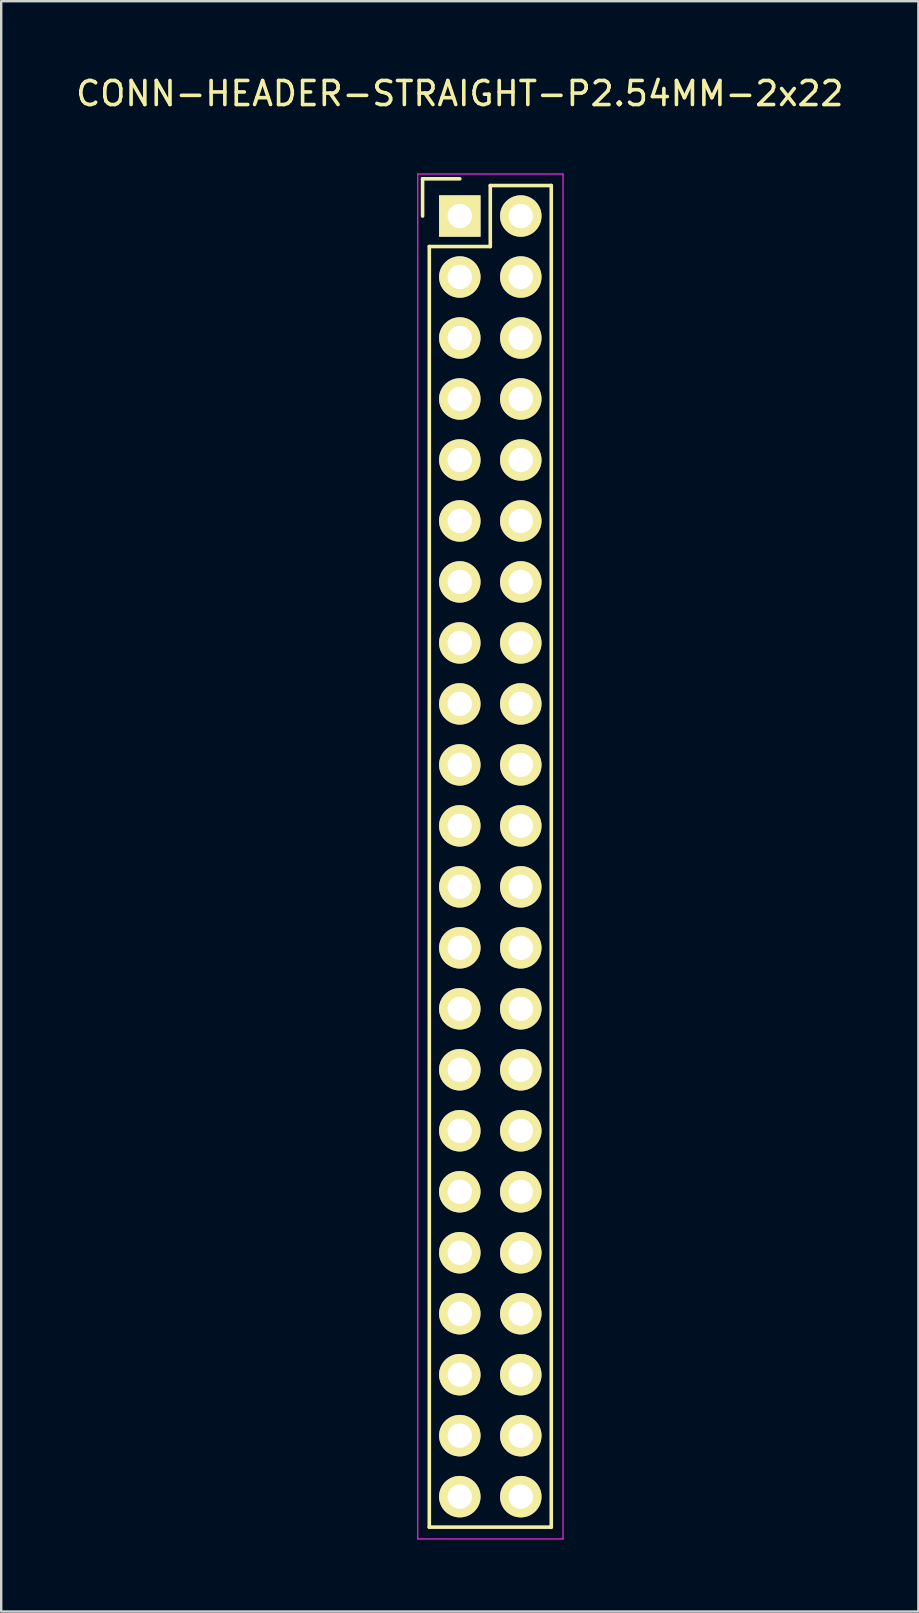
<source format=kicad_pcb>
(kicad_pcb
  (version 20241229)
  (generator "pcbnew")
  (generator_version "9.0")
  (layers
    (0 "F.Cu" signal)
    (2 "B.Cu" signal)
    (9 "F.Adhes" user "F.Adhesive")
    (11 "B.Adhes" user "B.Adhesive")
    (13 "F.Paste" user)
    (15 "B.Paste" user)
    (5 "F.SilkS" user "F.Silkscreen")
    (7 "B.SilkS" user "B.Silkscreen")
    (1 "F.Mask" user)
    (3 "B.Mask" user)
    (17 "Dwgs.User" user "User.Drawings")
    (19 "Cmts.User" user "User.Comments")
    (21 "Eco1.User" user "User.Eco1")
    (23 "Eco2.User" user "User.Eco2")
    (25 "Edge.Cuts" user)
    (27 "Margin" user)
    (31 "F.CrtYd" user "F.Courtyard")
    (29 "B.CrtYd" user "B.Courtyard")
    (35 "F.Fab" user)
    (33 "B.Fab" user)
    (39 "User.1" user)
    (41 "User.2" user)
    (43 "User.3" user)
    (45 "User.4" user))
  (footprint "CONN-HEADER-STRAIGHT-P2.54MM-2x22"
    (layer "F.Cu")
    (at 16.101 5.948)
    (property "Reference" "CONN-HEADER-STRAIGHT-P2.54MM-2x22" (at 0 -5.1 0) (layer "F.SilkS") (effects (font (size 1 1) (thickness 0.15))))
    (attr through_hole)
    (fp_line (start -1.55 -1.55) (end -1.55 0) (stroke (width 0.15) (type solid)) (layer "F.SilkS"))
    (fp_line (start -1.27 1.27) (end -1.27 54.61) (stroke (width 0.15) (type solid)) (layer "F.SilkS"))
    (fp_line (start 0 -1.55) (end -1.55 -1.55) (stroke (width 0.15) (type solid)) (layer "F.SilkS"))
    (fp_line (start 1.27 -1.27) (end 1.27 1.27) (stroke (width 0.15) (type solid)) (layer "F.SilkS"))
    (fp_line (start 1.27 1.27) (end -1.27 1.27) (stroke (width 0.15) (type solid)) (layer "F.SilkS"))
    (fp_line (start 3.81 -1.27) (end 1.27 -1.27) (stroke (width 0.15) (type solid)) (layer "F.SilkS"))
    (fp_line (start 3.81 54.61) (end -1.27 54.61) (stroke (width 0.15) (type solid)) (layer "F.SilkS"))
    (fp_line (start 3.81 54.61) (end 3.81 -1.27) (stroke (width 0.15) (type solid)) (layer "F.SilkS"))
    (fp_line (start -1.75 -1.75) (end -1.75 55.1) (stroke (width 0.05) (type solid)) (layer "F.CrtYd"))
    (fp_line (start -1.75 -1.75) (end 4.3 -1.75) (stroke (width 0.05) (type solid)) (layer "F.CrtYd"))
    (fp_line (start -1.75 55.1) (end 4.3 55.1) (stroke (width 0.05) (type solid)) (layer "F.CrtYd"))
    (fp_line (start 4.3 -1.75) (end 4.3 55.1) (stroke (width 0.05) (type solid)) (layer "F.CrtYd"))
    (pad "1" thru_hole rect (at 0 0) (size 1.727 1.727) (drill 1.016) (layers "*.Cu" "*.Mask" "F.SilkS"))
    (pad "2" thru_hole oval (at 2.54 0) (size 1.727 1.727) (drill 1.016) (layers "*.Cu" "*.Mask" "F.SilkS"))
    (pad "3" thru_hole oval (at 0 2.54) (size 1.727 1.727) (drill 1.016) (layers "*.Cu" "*.Mask" "F.SilkS"))
    (pad "4" thru_hole oval (at 2.54 2.54) (size 1.727 1.727) (drill 1.016) (layers "*.Cu" "*.Mask" "F.SilkS"))
    (pad "5" thru_hole oval (at 0 5.08) (size 1.727 1.727) (drill 1.016) (layers "*.Cu" "*.Mask" "F.SilkS"))
    (pad "6" thru_hole oval (at 2.54 5.08) (size 1.727 1.727) (drill 1.016) (layers "*.Cu" "*.Mask" "F.SilkS"))
    (pad "7" thru_hole oval (at 0 7.62) (size 1.727 1.727) (drill 1.016) (layers "*.Cu" "*.Mask" "F.SilkS"))
    (pad "8" thru_hole oval (at 2.54 7.62) (size 1.727 1.727) (drill 1.016) (layers "*.Cu" "*.Mask" "F.SilkS"))
    (pad "9" thru_hole oval (at 0 10.16) (size 1.727 1.727) (drill 1.016) (layers "*.Cu" "*.Mask" "F.SilkS"))
    (pad "10" thru_hole oval (at 2.54 10.16) (size 1.727 1.727) (drill 1.016) (layers "*.Cu" "*.Mask" "F.SilkS"))
    (pad "11" thru_hole oval (at 0 12.7) (size 1.727 1.727) (drill 1.016) (layers "*.Cu" "*.Mask" "F.SilkS"))
    (pad "12" thru_hole oval (at 2.54 12.7) (size 1.727 1.727) (drill 1.016) (layers "*.Cu" "*.Mask" "F.SilkS"))
    (pad "13" thru_hole oval (at 0 15.24) (size 1.727 1.727) (drill 1.016) (layers "*.Cu" "*.Mask" "F.SilkS"))
    (pad "14" thru_hole oval (at 2.54 15.24) (size 1.727 1.727) (drill 1.016) (layers "*.Cu" "*.Mask" "F.SilkS"))
    (pad "15" thru_hole oval (at 0 17.78) (size 1.727 1.727) (drill 1.016) (layers "*.Cu" "*.Mask" "F.SilkS"))
    (pad "16" thru_hole oval (at 2.54 17.78) (size 1.727 1.727) (drill 1.016) (layers "*.Cu" "*.Mask" "F.SilkS"))
    (pad "17" thru_hole oval (at 0 20.32) (size 1.727 1.727) (drill 1.016) (layers "*.Cu" "*.Mask" "F.SilkS"))
    (pad "18" thru_hole oval (at 2.54 20.32) (size 1.727 1.727) (drill 1.016) (layers "*.Cu" "*.Mask" "F.SilkS"))
    (pad "19" thru_hole oval (at 0 22.86) (size 1.727 1.727) (drill 1.016) (layers "*.Cu" "*.Mask" "F.SilkS"))
    (pad "20" thru_hole oval (at 2.54 22.86) (size 1.727 1.727) (drill 1.016) (layers "*.Cu" "*.Mask" "F.SilkS"))
    (pad "21" thru_hole oval (at 0 25.4) (size 1.727 1.727) (drill 1.016) (layers "*.Cu" "*.Mask" "F.SilkS"))
    (pad "22" thru_hole oval (at 2.54 25.4) (size 1.727 1.727) (drill 1.016) (layers "*.Cu" "*.Mask" "F.SilkS"))
    (pad "23" thru_hole oval (at 0 27.94) (size 1.727 1.727) (drill 1.016) (layers "*.Cu" "*.Mask" "F.SilkS"))
    (pad "24" thru_hole oval (at 2.54 27.94) (size 1.727 1.727) (drill 1.016) (layers "*.Cu" "*.Mask" "F.SilkS"))
    (pad "25" thru_hole oval (at 0 30.48) (size 1.727 1.727) (drill 1.016) (layers "*.Cu" "*.Mask" "F.SilkS"))
    (pad "26" thru_hole oval (at 2.54 30.48) (size 1.727 1.727) (drill 1.016) (layers "*.Cu" "*.Mask" "F.SilkS"))
    (pad "27" thru_hole oval (at 0 33.02) (size 1.727 1.727) (drill 1.016) (layers "*.Cu" "*.Mask" "F.SilkS"))
    (pad "28" thru_hole oval (at 2.54 33.02) (size 1.727 1.727) (drill 1.016) (layers "*.Cu" "*.Mask" "F.SilkS"))
    (pad "29" thru_hole oval (at 0 35.56) (size 1.727 1.727) (drill 1.016) (layers "*.Cu" "*.Mask" "F.SilkS"))
    (pad "30" thru_hole oval (at 2.54 35.56) (size 1.727 1.727) (drill 1.016) (layers "*.Cu" "*.Mask" "F.SilkS"))
    (pad "31" thru_hole oval (at 0 38.1) (size 1.727 1.727) (drill 1.016) (layers "*.Cu" "*.Mask" "F.SilkS"))
    (pad "32" thru_hole oval (at 2.54 38.1) (size 1.727 1.727) (drill 1.016) (layers "*.Cu" "*.Mask" "F.SilkS"))
    (pad "33" thru_hole oval (at 0 40.64) (size 1.727 1.727) (drill 1.016) (layers "*.Cu" "*.Mask" "F.SilkS"))
    (pad "34" thru_hole oval (at 2.54 40.64) (size 1.727 1.727) (drill 1.016) (layers "*.Cu" "*.Mask" "F.SilkS"))
    (pad "35" thru_hole oval (at 0 43.18) (size 1.727 1.727) (drill 1.016) (layers "*.Cu" "*.Mask" "F.SilkS"))
    (pad "36" thru_hole oval (at 2.54 43.18) (size 1.727 1.727) (drill 1.016) (layers "*.Cu" "*.Mask" "F.SilkS"))
    (pad "37" thru_hole oval (at 0 45.72) (size 1.727 1.727) (drill 1.016) (layers "*.Cu" "*.Mask" "F.SilkS"))
    (pad "38" thru_hole oval (at 2.54 45.72) (size 1.727 1.727) (drill 1.016) (layers "*.Cu" "*.Mask" "F.SilkS"))
    (pad "39" thru_hole oval (at 0 48.26) (size 1.727 1.727) (drill 1.016) (layers "*.Cu" "*.Mask" "F.SilkS"))
    (pad "40" thru_hole oval (at 2.54 48.26) (size 1.727 1.727) (drill 1.016) (layers "*.Cu" "*.Mask" "F.SilkS"))
    (pad "41" thru_hole oval (at 0 50.8) (size 1.727 1.727) (drill 1.016) (layers "*.Cu" "*.Mask" "F.SilkS"))
    (pad "42" thru_hole oval (at 2.54 50.8) (size 1.727 1.727) (drill 1.016) (layers "*.Cu" "*.Mask" "F.SilkS"))
    (pad "43" thru_hole oval (at 0 53.34) (size 1.727 1.727) (drill 1.016) (layers "*.Cu" "*.Mask" "F.SilkS"))
    (pad "44" thru_hole oval (at 2.54 53.34) (size 1.727 1.727) (drill 1.016) (layers "*.Cu" "*.Mask" "F.SilkS")))
  (gr_rect
    (start -3 -3)
    (end 35.202 64.073)
    (stroke (width 0.1) (type default))
    (fill no)
    (layer "Edge.Cuts")))
</source>
